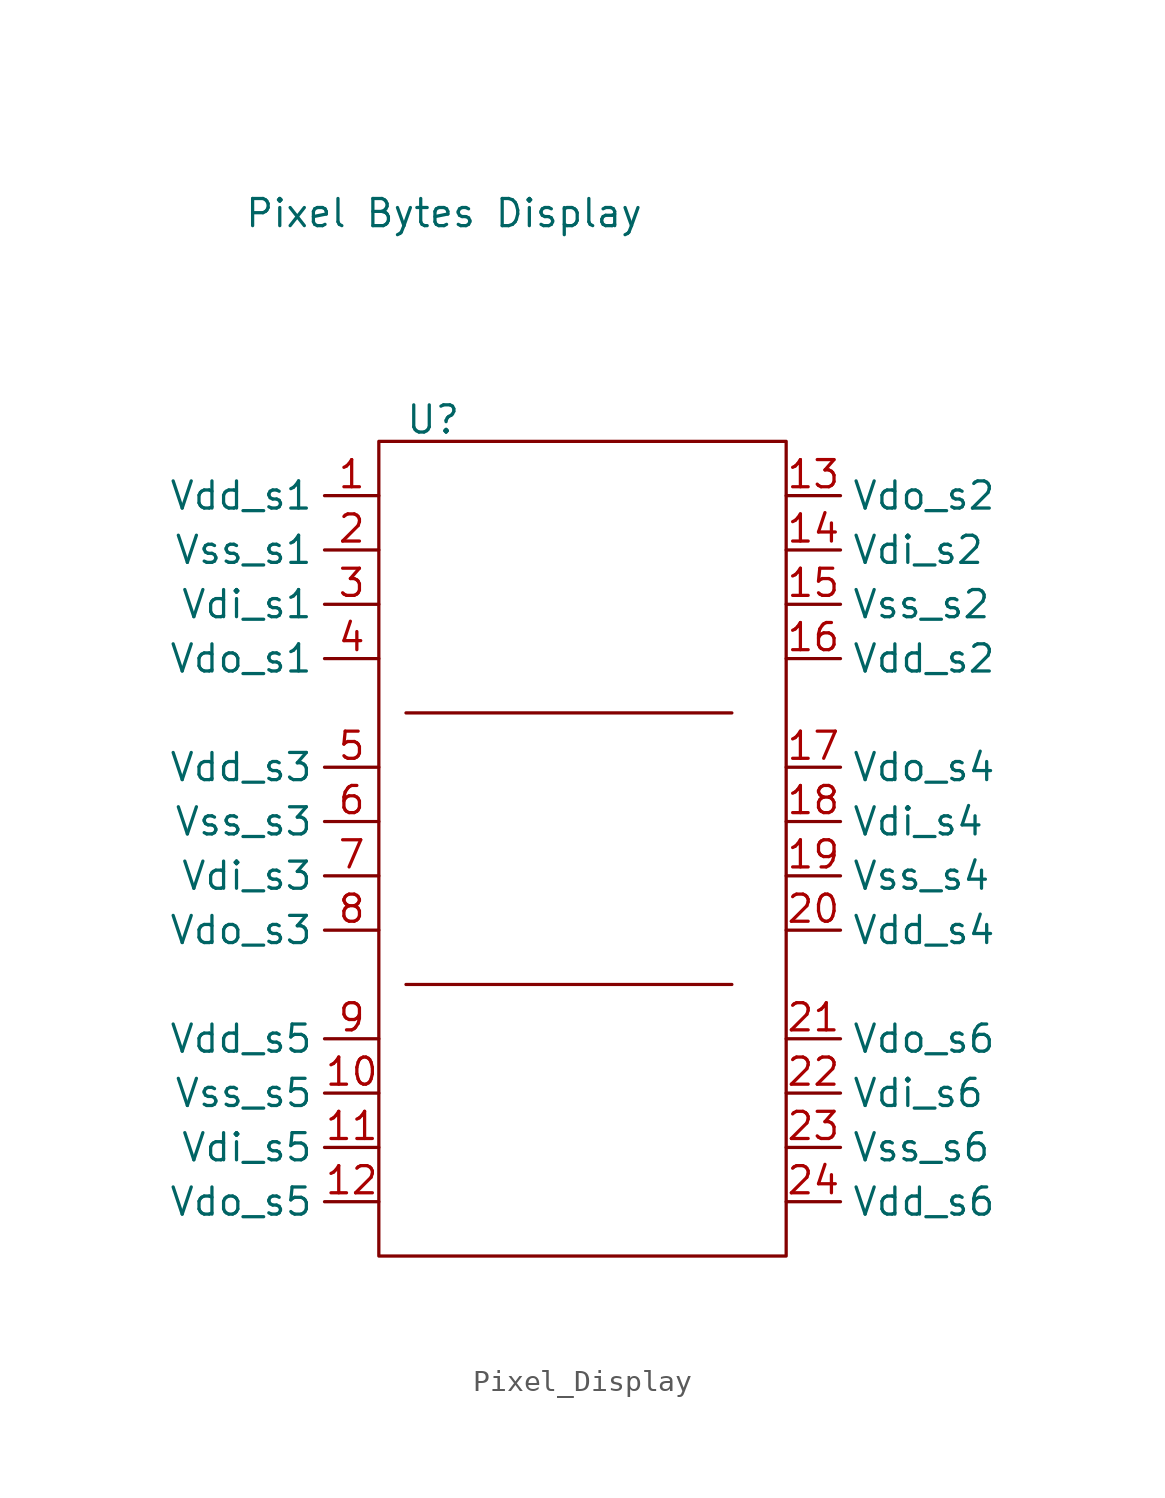
<source format=kicad_sym>
(kicad_symbol_lib
  (version 20231120)
  (generator "kicad_symbol_editor")
  (generator_version "8.0")
  (symbol "Pixel_Display"
    (property "Reference" "U"
      (at -2.54 8.636 0)
      (effects (font (size 1.27 1.27))))
    (property "Value" "Pixel Bytes Display"
      (at -2.032 18.288 0)
      (effects (font (size 1.27 1.27))))
    (symbol "Pixel_Display_0_1"
      (rectangle (start -5.08 7.62) (end 13.97 -30.48) (stroke (width 0) (type default)) (fill (type none)))
      (polyline (pts (xy -3.81 -17.78) (xy 11.43 -17.78)) (stroke (width 0) (type default)) (fill (type none)))
      (polyline (pts (xy -3.81 -5.08) (xy 11.43 -5.08)) (stroke (width 0) (type default)) (fill (type none))))
    (symbol "Pixel_Display_1_1"
      (pin input line (at -5.08 5.08 180) (length 2.54) (name "Vdd_s1" (effects (font (size 1.27 1.27)))) (number "1" (effects (font (size 1.27 1.27)))))
      (pin input line (at -5.08 -22.86 180) (length 2.54) (name "Vss_s5" (effects (font (size 1.27 1.27)))) (number "10" (effects (font (size 1.27 1.27)))))
      (pin input line (at -5.08 -25.4 180) (length 2.54) (name "Vdi_s5" (effects (font (size 1.27 1.27)))) (number "11" (effects (font (size 1.27 1.27)))))
      (pin output line (at -5.08 -27.94 180) (length 2.54) (name "Vdo_s5" (effects (font (size 1.27 1.27)))) (number "12" (effects (font (size 1.27 1.27)))))
      (pin output line (at 13.97 5.08 0) (length 2.54) (name "Vdo_s2" (effects (font (size 1.27 1.27)))) (number "13" (effects (font (size 1.27 1.27)))))
      (pin input line (at 13.97 2.54 0) (length 2.54) (name "Vdi_s2" (effects (font (size 1.27 1.27)))) (number "14" (effects (font (size 1.27 1.27)))))
      (pin input line (at 13.97 0 0) (length 2.54) (name "Vss_s2" (effects (font (size 1.27 1.27)))) (number "15" (effects (font (size 1.27 1.27)))))
      (pin input line (at 13.97 -2.54 0) (length 2.54) (name "Vdd_s2" (effects (font (size 1.27 1.27)))) (number "16" (effects (font (size 1.27 1.27)))))
      (pin output line (at 13.97 -7.62 0) (length 2.54) (name "Vdo_s4" (effects (font (size 1.27 1.27)))) (number "17" (effects (font (size 1.27 1.27)))))
      (pin input line (at 13.97 -10.16 0) (length 2.54) (name "Vdi_s4" (effects (font (size 1.27 1.27)))) (number "18" (effects (font (size 1.27 1.27)))))
      (pin input line (at 13.97 -12.7 0) (length 2.54) (name "Vss_s4" (effects (font (size 1.27 1.27)))) (number "19" (effects (font (size 1.27 1.27)))))
      (pin input line (at -5.08 2.54 180) (length 2.54) (name "Vss_s1" (effects (font (size 1.27 1.27)))) (number "2" (effects (font (size 1.27 1.27)))))
      (pin input line (at 13.97 -15.24 0) (length 2.54) (name "Vdd_s4" (effects (font (size 1.27 1.27)))) (number "20" (effects (font (size 1.27 1.27)))))
      (pin output line (at 13.97 -20.32 0) (length 2.54) (name "Vdo_s6" (effects (font (size 1.27 1.27)))) (number "21" (effects (font (size 1.27 1.27)))))
      (pin input line (at 13.97 -22.86 0) (length 2.54) (name "Vdi_s6" (effects (font (size 1.27 1.27)))) (number "22" (effects (font (size 1.27 1.27)))))
      (pin input line (at 13.97 -25.4 0) (length 2.54) (name "Vss_s6" (effects (font (size 1.27 1.27)))) (number "23" (effects (font (size 1.27 1.27)))))
      (pin input line (at 13.97 -27.94 0) (length 2.54) (name "Vdd_s6" (effects (font (size 1.27 1.27)))) (number "24" (effects (font (size 1.27 1.27)))))
      (pin input line (at -5.08 0 180) (length 2.54) (name "Vdi_s1" (effects (font (size 1.27 1.27)))) (number "3" (effects (font (size 1.27 1.27)))))
      (pin output line (at -5.08 -2.54 180) (length 2.54) (name "Vdo_s1" (effects (font (size 1.27 1.27)))) (number "4" (effects (font (size 1.27 1.27)))))
      (pin input line (at -5.08 -7.62 180) (length 2.54) (name "Vdd_s3" (effects (font (size 1.27 1.27)))) (number "5" (effects (font (size 1.27 1.27)))))
      (pin input line (at -5.08 -10.16 180) (length 2.54) (name "Vss_s3" (effects (font (size 1.27 1.27)))) (number "6" (effects (font (size 1.27 1.27)))))
      (pin input line (at -5.08 -12.7 180) (length 2.54) (name "Vdi_s3" (effects (font (size 1.27 1.27)))) (number "7" (effects (font (size 1.27 1.27)))))
      (pin output line (at -5.08 -15.24 180) (length 2.54) (name "Vdo_s3" (effects (font (size 1.27 1.27)))) (number "8" (effects (font (size 1.27 1.27)))))
      (pin input line (at -5.08 -20.32 180) (length 2.54) (name "Vdd_s5" (effects (font (size 1.27 1.27)))) (number "9" (effects (font (size 1.27 1.27))))))))
</source>
